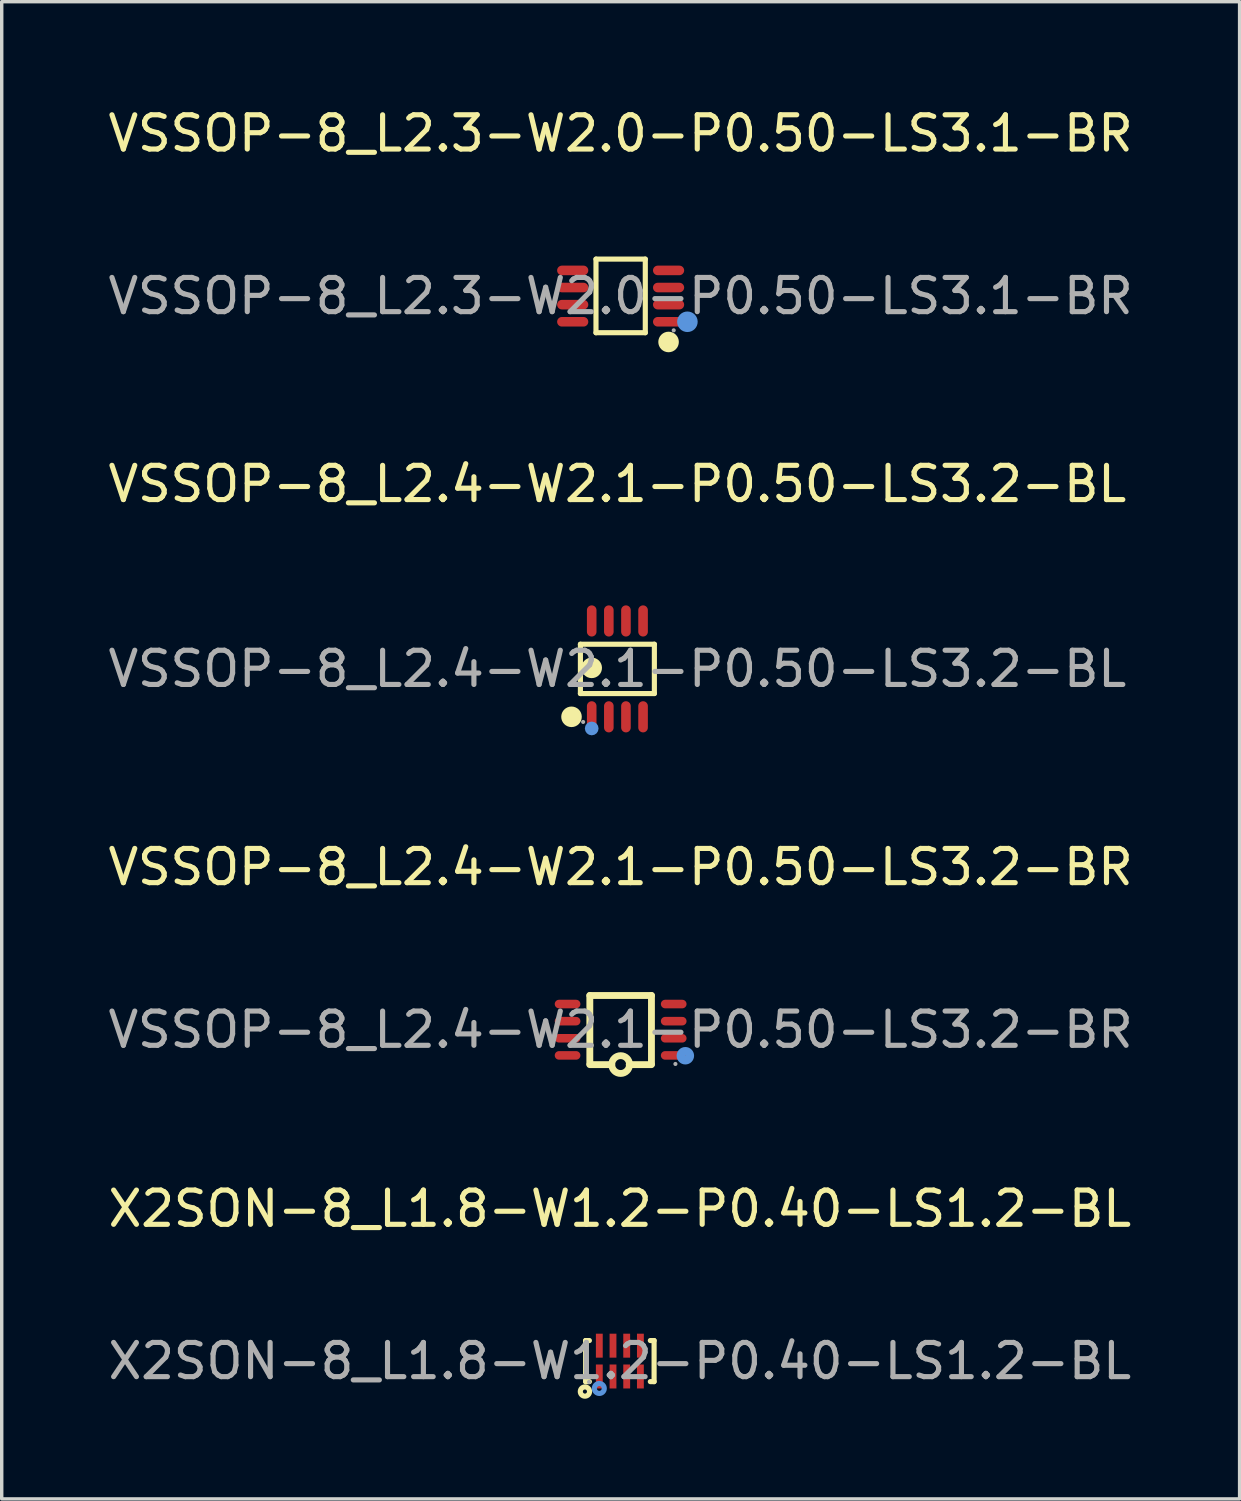
<source format=kicad_pcb>
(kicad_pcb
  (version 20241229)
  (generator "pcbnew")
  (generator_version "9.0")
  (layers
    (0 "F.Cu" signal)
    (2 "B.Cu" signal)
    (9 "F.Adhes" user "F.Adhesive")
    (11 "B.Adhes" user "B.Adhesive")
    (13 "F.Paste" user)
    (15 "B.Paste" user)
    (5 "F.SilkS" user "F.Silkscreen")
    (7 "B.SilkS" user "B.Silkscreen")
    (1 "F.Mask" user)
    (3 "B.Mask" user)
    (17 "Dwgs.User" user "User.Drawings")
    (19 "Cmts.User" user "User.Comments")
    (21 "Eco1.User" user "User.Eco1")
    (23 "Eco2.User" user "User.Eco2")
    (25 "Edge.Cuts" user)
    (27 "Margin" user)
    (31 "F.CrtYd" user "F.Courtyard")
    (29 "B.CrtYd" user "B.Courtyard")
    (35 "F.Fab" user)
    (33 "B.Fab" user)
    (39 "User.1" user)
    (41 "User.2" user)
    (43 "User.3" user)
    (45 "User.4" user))
  (footprint "VSSOP-8_L2.4-W2.1-P0.50-LS3.2-BL"
    (layer "F.Cu")
    (at 14.982 16.486)
    (property "Reference" "VSSOP-8_L2.4-W2.1-P0.50-LS3.2-BL" (at 0 -5.4 0) (layer "F.SilkS") (effects (font (size 1 1) (thickness 0.15))))
    (attr through_hole)
    (fp_line (start -1.08 -0.72) (end 1.08 -0.72) (stroke (width 0.15) (type solid)) (layer "F.SilkS"))
    (fp_line (start -1.08 0.72) (end -1.08 -0.72) (stroke (width 0.15) (type solid)) (layer "F.SilkS"))
    (fp_line (start 1.08 -0.72) (end 1.08 0.72) (stroke (width 0.15) (type solid)) (layer "F.SilkS"))
    (fp_line (start 1.08 0.72) (end -1.08 0.72) (stroke (width 0.15) (type solid)) (layer "F.SilkS"))
    (fp_circle (center -1.34 1.4) (end -1.19 1.4) (stroke (width 0.3) (type solid)) (fill no) (layer "F.SilkS"))
    (fp_circle (center -0.75 -0.03) (end -0.6 -0.03) (stroke (width 0.3) (type solid)) (fill no) (layer "F.SilkS"))
    (fp_circle (center -0.75 1.74) (end -0.65 1.74) (stroke (width 0.2) (type solid)) (fill no) (layer "Cmts.User"))
    (fp_circle (center -1 1.55) (end -0.97 1.55) (stroke (width 0.06) (type solid)) (fill no) (layer "F.Fab"))
    (fp_text user "${REFERENCE}" (at 0 0 0) (layer "F.Fab") (effects (font (size 1 1) (thickness 0.15))))
    (pad "1" smd oval (at -0.75 1.4) (size 0.28 0.91) (layers "F.Cu" "F.Mask" "F.Paste"))
    (pad "2" smd oval (at -0.25 1.4) (size 0.28 0.91) (layers "F.Cu" "F.Mask" "F.Paste"))
    (pad "3" smd oval (at 0.25 1.4) (size 0.28 0.91) (layers "F.Cu" "F.Mask" "F.Paste"))
    (pad "4" smd oval (at 0.75 1.4) (size 0.28 0.91) (layers "F.Cu" "F.Mask" "F.Paste"))
    (pad "5" smd oval (at 0.75 -1.4) (size 0.28 0.91) (layers "F.Cu" "F.Mask" "F.Paste"))
    (pad "6" smd oval (at 0.25 -1.4) (size 0.28 0.91) (layers "F.Cu" "F.Mask" "F.Paste"))
    (pad "7" smd oval (at -0.25 -1.4) (size 0.28 0.91) (layers "F.Cu" "F.Mask" "F.Paste"))
    (pad "8" smd oval (at -0.75 -1.4) (size 0.28 0.91) (layers "F.Cu" "F.Mask" "F.Paste")))
  (footprint "VSSOP-8_L2.3-W2.0-P0.50-LS3.1-BR"
    (layer "F.Cu")
    (at 15.077 5.598)
    (property "Reference" "VSSOP-8_L2.3-W2.0-P0.50-LS3.1-BR" (at 0 -4.75 0) (layer "F.SilkS") (effects (font (size 1 1) (thickness 0.15))))
    (attr through_hole)
    (fp_line (start -0.72 -1.08) (end 0.72 -1.08) (stroke (width 0.15) (type solid)) (layer "F.SilkS"))
    (fp_line (start -0.72 1.07) (end -0.72 -1.08) (stroke (width 0.15) (type solid)) (layer "F.SilkS"))
    (fp_line (start 0.72 -1.08) (end 0.72 1.07) (stroke (width 0.15) (type solid)) (layer "F.SilkS"))
    (fp_line (start 0.72 1.07) (end -0.72 1.07) (stroke (width 0.15) (type solid)) (layer "F.SilkS"))
    (fp_circle (center 1.4 1.34) (end 1.55 1.34) (stroke (width 0.3) (type solid)) (fill no) (layer "F.SilkS"))
    (fp_circle (center 1.95 0.75) (end 2.1 0.75) (stroke (width 0.3) (type solid)) (fill no) (layer "Cmts.User"))
    (fp_circle (center 1.55 1) (end 1.58 1) (stroke (width 0.06) (type solid)) (fill no) (layer "F.Fab"))
    (fp_text user "${REFERENCE}" (at 0 0 0) (layer "F.Fab") (effects (font (size 1 1) (thickness 0.15))))
    (pad "1" smd oval (at 1.4 0.75 90) (size 0.28 0.91) (layers "F.Cu" "F.Mask" "F.Paste"))
    (pad "2" smd oval (at 1.4 0.25 90) (size 0.28 0.91) (layers "F.Cu" "F.Mask" "F.Paste"))
    (pad "3" smd oval (at 1.4 -0.25 90) (size 0.28 0.91) (layers "F.Cu" "F.Mask" "F.Paste"))
    (pad "4" smd oval (at 1.4 -0.75 90) (size 0.28 0.91) (layers "F.Cu" "F.Mask" "F.Paste"))
    (pad "5" smd oval (at -1.4 -0.75 90) (size 0.28 0.91) (layers "F.Cu" "F.Mask" "F.Paste"))
    (pad "6" smd oval (at -1.4 -0.25 90) (size 0.28 0.91) (layers "F.Cu" "F.Mask" "F.Paste"))
    (pad "7" smd oval (at -1.4 0.25 90) (size 0.28 0.91) (layers "F.Cu" "F.Mask" "F.Paste"))
    (pad "8" smd oval (at -1.4 0.75 90) (size 0.28 0.91) (layers "F.Cu" "F.Mask" "F.Paste")))
  (footprint "VSSOP-8_L2.4-W2.1-P0.50-LS3.2-BR"
    (layer "F.Cu")
    (at 15.077 27.025)
    (property "Reference" "VSSOP-8_L2.4-W2.1-P0.50-LS3.2-BR" (at 0 -4.75 0) (layer "F.SilkS") (effects (font (size 1 1) (thickness 0.15))))
    (attr through_hole)
    (fp_line (start -0.9 -1) (end -0.9 1) (stroke (width 0.2) (type solid)) (layer "F.SilkS"))
    (fp_line (start -0.26 1.02) (end -0.9 1.02) (stroke (width 0.2) (type solid)) (layer "F.SilkS"))
    (fp_line (start 0.25 1.02) (end 0.9 1.02) (stroke (width 0.2) (type solid)) (layer "F.SilkS"))
    (fp_line (start 0.9 -1) (end -0.9 -1) (stroke (width 0.2) (type solid)) (layer "F.SilkS"))
    (fp_line (start 0.9 1) (end 0.9 -1) (stroke (width 0.2) (type solid)) (layer "F.SilkS"))
    (fp_arc (start -0.25996 1.015462) (mid 0.25999 1.022269) (end -0.26 1.02) (stroke (width 0.2) (type solid)) (layer "F.SilkS"))
    (fp_circle (center 1.89 0.76) (end 2.02 0.76) (stroke (width 0.25) (type solid)) (fill no) (layer "Cmts.User"))
    (fp_circle (center 1.6 1) (end 1.63 1) (stroke (width 0.06) (type solid)) (fill no) (layer "F.Fab"))
    (fp_text user "${REFERENCE}" (at 0 0 0) (layer "F.Fab") (effects (font (size 1 1) (thickness 0.15))))
    (pad "1" smd oval (at 1.55 0.75) (size 0.75 0.25) (layers "F.Cu" "F.Mask" "F.Paste"))
    (pad "2" smd oval (at 1.55 0.25) (size 0.75 0.25) (layers "F.Cu" "F.Mask" "F.Paste"))
    (pad "3" smd oval (at 1.55 -0.25) (size 0.75 0.25) (layers "F.Cu" "F.Mask" "F.Paste"))
    (pad "4" smd oval (at 1.55 -0.75) (size 0.75 0.25) (layers "F.Cu" "F.Mask" "F.Paste"))
    (pad "5" smd oval (at -1.55 -0.75) (size 0.75 0.25) (layers "F.Cu" "F.Mask" "F.Paste"))
    (pad "6" smd oval (at -1.55 -0.25) (size 0.75 0.25) (layers "F.Cu" "F.Mask" "F.Paste"))
    (pad "7" smd oval (at -1.55 0.25) (size 0.75 0.25) (layers "F.Cu" "F.Mask" "F.Paste"))
    (pad "8" smd oval (at -1.55 0.75) (size 0.75 0.25) (layers "F.Cu" "F.Mask" "F.Paste")))
  (footprint "X2SON-8_L1.8-W1.2-P0.40-LS1.2-BL"
    (layer "F.Cu")
    (at 15.054 36.703)
    (property "Reference" "X2SON-8_L1.8-W1.2-P0.40-LS1.2-BL" (at 0 -4.45 0) (layer "F.SilkS") (effects (font (size 1 1) (thickness 0.15))))
    (attr through_hole)
    (fp_line (start -1 -0.6) (end -1 0.6) (stroke (width 0.15) (type solid)) (layer "F.SilkS"))
    (fp_line (start -1 0.6) (end -0.89 0.6) (stroke (width 0.15) (type solid)) (layer "F.SilkS"))
    (fp_line (start -0.89 -0.6) (end -1 -0.6) (stroke (width 0.15) (type solid)) (layer "F.SilkS"))
    (fp_line (start 0.89 0.6) (end 1 0.6) (stroke (width 0.15) (type solid)) (layer "F.SilkS"))
    (fp_line (start 1 -0.6) (end 0.89 -0.6) (stroke (width 0.15) (type solid)) (layer "F.SilkS"))
    (fp_line (start 1 0.6) (end 1 -0.6) (stroke (width 0.15) (type solid)) (layer "F.SilkS"))
    (fp_circle (center -1.02 0.89) (end -0.96 0.89) (stroke (width 0.15) (type solid)) (fill no) (layer "F.SilkS"))
    (fp_circle (center -0.6 0.8) (end -0.53 0.8) (stroke (width 0.15) (type solid)) (fill no) (layer "Cmts.User"))
    (fp_circle (center -0.9 0.61) (end -0.87 0.61) (stroke (width 0.06) (type solid)) (fill no) (layer "F.Fab"))
    (fp_text user "${REFERENCE}" (at 0 0 0) (layer "F.Fab") (effects (font (size 1 1) (thickness 0.15))))
    (pad "1" smd rect (at -0.6 0.45) (size 0.2 0.7) (layers "F.Cu" "F.Mask" "F.Paste"))
    (pad "2" smd rect (at -0.2 0.45) (size 0.2 0.7) (layers "F.Cu" "F.Mask" "F.Paste"))
    (pad "3" smd rect (at 0.2 0.45) (size 0.2 0.7) (layers "F.Cu" "F.Mask" "F.Paste"))
    (pad "4" smd rect (at 0.6 0.45) (size 0.2 0.7) (layers "F.Cu" "F.Mask" "F.Paste"))
    (pad "5" smd rect (at 0.6 -0.45) (size 0.2 0.7) (layers "F.Cu" "F.Mask" "F.Paste"))
    (pad "6" smd rect (at 0.2 -0.45) (size 0.2 0.7) (layers "F.Cu" "F.Mask" "F.Paste"))
    (pad "7" smd rect (at -0.2 -0.45) (size 0.2 0.7) (layers "F.Cu" "F.Mask" "F.Paste"))
    (pad "8" smd rect (at -0.6 -0.45) (size 0.2 0.7) (layers "F.Cu" "F.Mask" "F.Paste")))
  (gr_rect
    (start -3 -3)
    (end 33.155 40.728)
    (stroke (width 0.1) (type default))
    (fill no)
    (layer "Edge.Cuts")))
</source>
